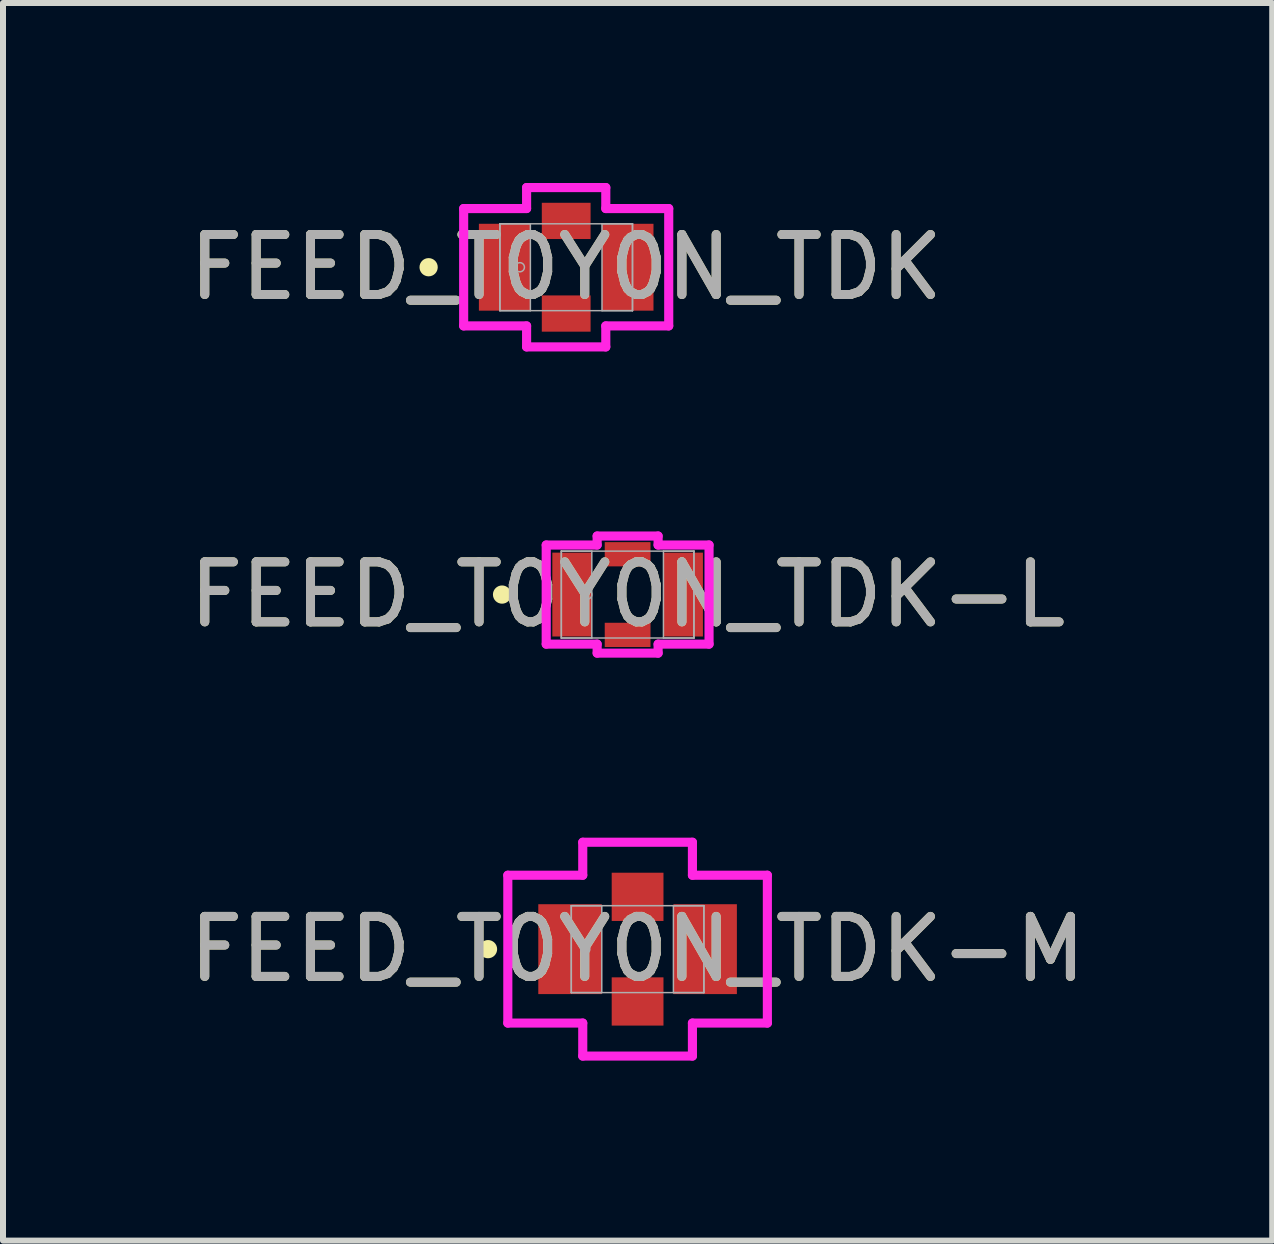
<source format=kicad_pcb>
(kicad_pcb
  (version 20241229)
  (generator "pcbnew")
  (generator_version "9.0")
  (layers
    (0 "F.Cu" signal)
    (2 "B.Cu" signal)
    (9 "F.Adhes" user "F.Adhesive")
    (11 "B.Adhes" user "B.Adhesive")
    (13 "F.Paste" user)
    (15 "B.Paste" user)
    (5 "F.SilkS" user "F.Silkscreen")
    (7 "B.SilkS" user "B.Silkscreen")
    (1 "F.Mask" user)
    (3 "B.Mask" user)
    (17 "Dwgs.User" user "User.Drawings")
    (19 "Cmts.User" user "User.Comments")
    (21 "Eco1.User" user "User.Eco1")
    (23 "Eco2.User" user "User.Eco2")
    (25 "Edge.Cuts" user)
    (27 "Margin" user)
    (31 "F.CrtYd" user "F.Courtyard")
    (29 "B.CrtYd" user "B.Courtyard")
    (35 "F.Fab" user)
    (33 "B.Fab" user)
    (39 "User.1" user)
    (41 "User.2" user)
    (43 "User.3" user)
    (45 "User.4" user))
  (footprint "FEED_T0Y0N_TDK-L"
    (layer "F.Cu")
    (at 7.411 6.86)
    (property "Reference" "FEED_T0Y0N_TDK-L" (at 0 0 0) (unlocked yes) (layer "F.SilkS") (effects (font (size 1 1) (thickness 0.15))))
    (attr smd)
    (fp_circle (center -2.093 0) (end -2.017 0) (stroke (width 0.152) (type solid)) (fill no) (layer "F.SilkS"))
    (fp_line (start -1.357 -0.826) (end -0.508 -0.826) (stroke (width 0.152) (type solid)) (layer "F.CrtYd"))
    (fp_line (start -1.357 0.826) (end -1.357 -0.826) (stroke (width 0.152) (type solid)) (layer "F.CrtYd"))
    (fp_line (start -1.357 0.826) (end -0.508 0.826) (stroke (width 0.152) (type solid)) (layer "F.CrtYd"))
    (fp_line (start -0.508 -0.976) (end 0.508 -0.976) (stroke (width 0.152) (type solid)) (layer "F.CrtYd"))
    (fp_line (start -0.508 -0.826) (end -0.508 -0.976) (stroke (width 0.152) (type solid)) (layer "F.CrtYd"))
    (fp_line (start -0.508 0.826) (end -0.508 0.976) (stroke (width 0.152) (type solid)) (layer "F.CrtYd"))
    (fp_line (start -0.508 0.976) (end 0.508 0.976) (stroke (width 0.152) (type solid)) (layer "F.CrtYd"))
    (fp_line (start 0.508 -0.826) (end 0.508 -0.976) (stroke (width 0.152) (type solid)) (layer "F.CrtYd"))
    (fp_line (start 0.508 0.826) (end 0.508 0.976) (stroke (width 0.152) (type solid)) (layer "F.CrtYd"))
    (fp_line (start 1.357 -0.826) (end 0.508 -0.826) (stroke (width 0.152) (type solid)) (layer "F.CrtYd"))
    (fp_line (start 1.357 0.826) (end 0.508 0.826) (stroke (width 0.152) (type solid)) (layer "F.CrtYd"))
    (fp_line (start 1.357 0.826) (end 1.357 -0.826) (stroke (width 0.152) (type solid)) (layer "F.CrtYd"))
    (fp_line (start -1.105 -0.724) (end -1.105 0.724) (stroke (width 0.025) (type solid)) (layer "F.Fab"))
    (fp_line (start -1.105 -0.724) (end -1.105 0.724) (stroke (width 0.025) (type solid)) (layer "F.Fab"))
    (fp_line (start -1.105 0.724) (end -0.597 0.724) (stroke (width 0.025) (type solid)) (layer "F.Fab"))
    (fp_line (start -1.105 0.724) (end 1.105 0.724) (stroke (width 0.025) (type solid)) (layer "F.Fab"))
    (fp_line (start -0.597 -0.724) (end -1.105 -0.724) (stroke (width 0.025) (type solid)) (layer "F.Fab"))
    (fp_line (start -0.597 0.724) (end -0.597 -0.724) (stroke (width 0.025) (type solid)) (layer "F.Fab"))
    (fp_line (start 0.597 -0.724) (end 0.597 0.724) (stroke (width 0.025) (type solid)) (layer "F.Fab"))
    (fp_line (start 0.597 0.724) (end 1.105 0.724) (stroke (width 0.025) (type solid)) (layer "F.Fab"))
    (fp_line (start 1.105 -0.724) (end -1.105 -0.724) (stroke (width 0.025) (type solid)) (layer "F.Fab"))
    (fp_line (start 1.105 -0.724) (end 0.597 -0.724) (stroke (width 0.025) (type solid)) (layer "F.Fab"))
    (fp_line (start 1.105 0.724) (end 1.105 -0.724) (stroke (width 0.025) (type solid)) (layer "F.Fab"))
    (fp_line (start 1.105 0.724) (end 1.105 -0.724) (stroke (width 0.025) (type solid)) (layer "F.Fab"))
    (fp_circle (center -0.672 0) (end -0.596 0) (stroke (width 0.025) (type solid)) (fill no) (layer "F.Fab"))
    (fp_text user "${REFERENCE}" (at 0 0 0) (unlocked yes) (layer "F.Fab") (effects (font (size 1 1) (thickness 0.15))))
    (pad "1" smd rect (at -0.926 0) (size 0.658 1.398) (layers "F.Cu" "F.Mask" "F.Paste"))
    (pad "2" smd rect (at 0.926 0) (size 0.658 1.398) (layers "F.Cu" "F.Mask" "F.Paste"))
    (pad "3" smd rect (at 0 -0.672) (size 0.763 0.404) (layers "F.Cu" "F.Mask" "F.Paste"))
    (pad "4" smd rect (at 0 0.672) (size 0.763 0.404) (layers "F.Cu" "F.Mask" "F.Paste")))
  (footprint "FEED_T0Y0N_TDK-M"
    (layer "F.Cu")
    (at 7.577 12.77)
    (property "Reference" "FEED_T0Y0N_TDK-M" (at 0 0 0) (unlocked yes) (layer "F.SilkS") (effects (font (size 1 1) (thickness 0.15))))
    (attr smd)
    (fp_circle (center -2.493 0) (end -2.417 0) (stroke (width 0.152) (type solid)) (fill no) (layer "F.SilkS"))
    (fp_line (start -2.163 -1.232) (end -0.914 -1.232) (stroke (width 0.152) (type solid)) (layer "F.CrtYd"))
    (fp_line (start -2.163 1.232) (end -2.163 -1.232) (stroke (width 0.152) (type solid)) (layer "F.CrtYd"))
    (fp_line (start -2.163 1.232) (end -0.914 1.232) (stroke (width 0.152) (type solid)) (layer "F.CrtYd"))
    (fp_line (start -0.914 -1.782) (end 0.914 -1.782) (stroke (width 0.152) (type solid)) (layer "F.CrtYd"))
    (fp_line (start -0.914 -1.232) (end -0.914 -1.782) (stroke (width 0.152) (type solid)) (layer "F.CrtYd"))
    (fp_line (start -0.914 1.232) (end -0.914 1.782) (stroke (width 0.152) (type solid)) (layer "F.CrtYd"))
    (fp_line (start -0.914 1.782) (end 0.914 1.782) (stroke (width 0.152) (type solid)) (layer "F.CrtYd"))
    (fp_line (start 0.914 -1.232) (end 0.914 -1.782) (stroke (width 0.152) (type solid)) (layer "F.CrtYd"))
    (fp_line (start 0.914 1.232) (end 0.914 1.782) (stroke (width 0.152) (type solid)) (layer "F.CrtYd"))
    (fp_line (start 2.163 -1.232) (end 0.914 -1.232) (stroke (width 0.152) (type solid)) (layer "F.CrtYd"))
    (fp_line (start 2.163 1.232) (end 0.914 1.232) (stroke (width 0.152) (type solid)) (layer "F.CrtYd"))
    (fp_line (start 2.163 1.232) (end 2.163 -1.232) (stroke (width 0.152) (type solid)) (layer "F.CrtYd"))
    (fp_line (start -1.105 -0.724) (end -1.105 0.724) (stroke (width 0.025) (type solid)) (layer "F.Fab"))
    (fp_line (start -1.105 -0.724) (end -1.105 0.724) (stroke (width 0.025) (type solid)) (layer "F.Fab"))
    (fp_line (start -1.105 0.724) (end -0.597 0.724) (stroke (width 0.025) (type solid)) (layer "F.Fab"))
    (fp_line (start -1.105 0.724) (end 1.105 0.724) (stroke (width 0.025) (type solid)) (layer "F.Fab"))
    (fp_line (start -0.597 -0.724) (end -1.105 -0.724) (stroke (width 0.025) (type solid)) (layer "F.Fab"))
    (fp_line (start -0.597 0.724) (end -0.597 -0.724) (stroke (width 0.025) (type solid)) (layer "F.Fab"))
    (fp_line (start 0.597 -0.724) (end 0.597 0.724) (stroke (width 0.025) (type solid)) (layer "F.Fab"))
    (fp_line (start 0.597 0.724) (end 1.105 0.724) (stroke (width 0.025) (type solid)) (layer "F.Fab"))
    (fp_line (start 1.105 -0.724) (end -1.105 -0.724) (stroke (width 0.025) (type solid)) (layer "F.Fab"))
    (fp_line (start 1.105 -0.724) (end 0.597 -0.724) (stroke (width 0.025) (type solid)) (layer "F.Fab"))
    (fp_line (start 1.105 0.724) (end 1.105 -0.724) (stroke (width 0.025) (type solid)) (layer "F.Fab"))
    (fp_line (start 1.105 0.724) (end 1.105 -0.724) (stroke (width 0.025) (type solid)) (layer "F.Fab"))
    (fp_circle (center -0.872 0) (end -0.796 0) (stroke (width 0.025) (type solid)) (fill no) (layer "F.Fab"))
    (fp_text user "${REFERENCE}" (at 0 0 0) (unlocked yes) (layer "F.Fab") (effects (font (size 1 1) (thickness 0.15))))
    (pad "1" smd rect (at -1.126 0) (size 1.058 1.498) (layers "F.Cu" "F.Mask" "F.Paste"))
    (pad "2" smd rect (at 1.126 0) (size 1.058 1.498) (layers "F.Cu" "F.Mask" "F.Paste"))
    (pad "3" smd rect (at 0 -0.872) (size 0.863 0.804) (layers "F.Cu" "F.Mask" "F.Paste"))
    (pad "4" smd rect (at 0 0.872) (size 0.863 0.804) (layers "F.Cu" "F.Mask" "F.Paste")))
  (footprint "FEED_T0Y0N_TDK"
    (layer "F.Cu")
    (at 6.387 1.404)
    (property "Reference" "FEED_T0Y0N_TDK" (at 0 0 0) (unlocked yes) (layer "F.SilkS") (effects (font (size 1 1) (thickness 0.15))))
    (attr smd)
    (fp_circle (center -2.293 0) (end -2.217 0) (stroke (width 0.152) (type solid)) (fill no) (layer "F.SilkS"))
    (fp_line (start -1.709 -0.978) (end -0.66 -0.978) (stroke (width 0.152) (type solid)) (layer "F.CrtYd"))
    (fp_line (start -1.709 0.978) (end -1.709 -0.978) (stroke (width 0.152) (type solid)) (layer "F.CrtYd"))
    (fp_line (start -1.709 0.978) (end -0.66 0.978) (stroke (width 0.152) (type solid)) (layer "F.CrtYd"))
    (fp_line (start -0.66 -1.328) (end 0.66 -1.328) (stroke (width 0.152) (type solid)) (layer "F.CrtYd"))
    (fp_line (start -0.66 -0.978) (end -0.66 -1.328) (stroke (width 0.152) (type solid)) (layer "F.CrtYd"))
    (fp_line (start -0.66 0.978) (end -0.66 1.328) (stroke (width 0.152) (type solid)) (layer "F.CrtYd"))
    (fp_line (start -0.66 1.328) (end 0.66 1.328) (stroke (width 0.152) (type solid)) (layer "F.CrtYd"))
    (fp_line (start 0.66 -0.978) (end 0.66 -1.328) (stroke (width 0.152) (type solid)) (layer "F.CrtYd"))
    (fp_line (start 0.66 0.978) (end 0.66 1.328) (stroke (width 0.152) (type solid)) (layer "F.CrtYd"))
    (fp_line (start 1.709 -0.978) (end 0.66 -0.978) (stroke (width 0.152) (type solid)) (layer "F.CrtYd"))
    (fp_line (start 1.709 0.978) (end 0.66 0.978) (stroke (width 0.152) (type solid)) (layer "F.CrtYd"))
    (fp_line (start 1.709 0.978) (end 1.709 -0.978) (stroke (width 0.152) (type solid)) (layer "F.CrtYd"))
    (fp_line (start -1.105 -0.724) (end -1.105 0.724) (stroke (width 0.025) (type solid)) (layer "F.Fab"))
    (fp_line (start -1.105 -0.724) (end -1.105 0.724) (stroke (width 0.025) (type solid)) (layer "F.Fab"))
    (fp_line (start -1.105 0.724) (end -0.597 0.724) (stroke (width 0.025) (type solid)) (layer "F.Fab"))
    (fp_line (start -1.105 0.724) (end 1.105 0.724) (stroke (width 0.025) (type solid)) (layer "F.Fab"))
    (fp_line (start -0.597 -0.724) (end -1.105 -0.724) (stroke (width 0.025) (type solid)) (layer "F.Fab"))
    (fp_line (start -0.597 0.724) (end -0.597 -0.724) (stroke (width 0.025) (type solid)) (layer "F.Fab"))
    (fp_line (start 0.597 -0.724) (end 0.597 0.724) (stroke (width 0.025) (type solid)) (layer "F.Fab"))
    (fp_line (start 0.597 0.724) (end 1.105 0.724) (stroke (width 0.025) (type solid)) (layer "F.Fab"))
    (fp_line (start 1.105 -0.724) (end -1.105 -0.724) (stroke (width 0.025) (type solid)) (layer "F.Fab"))
    (fp_line (start 1.105 -0.724) (end 0.597 -0.724) (stroke (width 0.025) (type solid)) (layer "F.Fab"))
    (fp_line (start 1.105 0.724) (end 1.105 -0.724) (stroke (width 0.025) (type solid)) (layer "F.Fab"))
    (fp_line (start 1.105 0.724) (end 1.105 -0.724) (stroke (width 0.025) (type solid)) (layer "F.Fab"))
    (fp_circle (center -0.772 0) (end -0.696 0) (stroke (width 0.025) (type solid)) (fill no) (layer "F.Fab"))
    (fp_text user "${REFERENCE}" (at 0 0 0) (unlocked yes) (layer "F.Fab") (effects (font (size 1 1) (thickness 0.15))))
    (pad "1" smd rect (at -1.026 0) (size 0.858 1.448) (layers "F.Cu" "F.Mask" "F.Paste"))
    (pad "2" smd rect (at 1.026 0) (size 0.858 1.448) (layers "F.Cu" "F.Mask" "F.Paste"))
    (pad "3" smd rect (at 0 -0.772) (size 0.813 0.604) (layers "F.Cu" "F.Mask" "F.Paste"))
    (pad "4" smd rect (at 0 0.772) (size 0.813 0.604) (layers "F.Cu" "F.Mask" "F.Paste")))
  (gr_rect
    (start -3 -3)
    (end 18.155 17.628)
    (stroke (width 0.1) (type default))
    (fill no)
    (layer "Edge.Cuts")))
</source>
